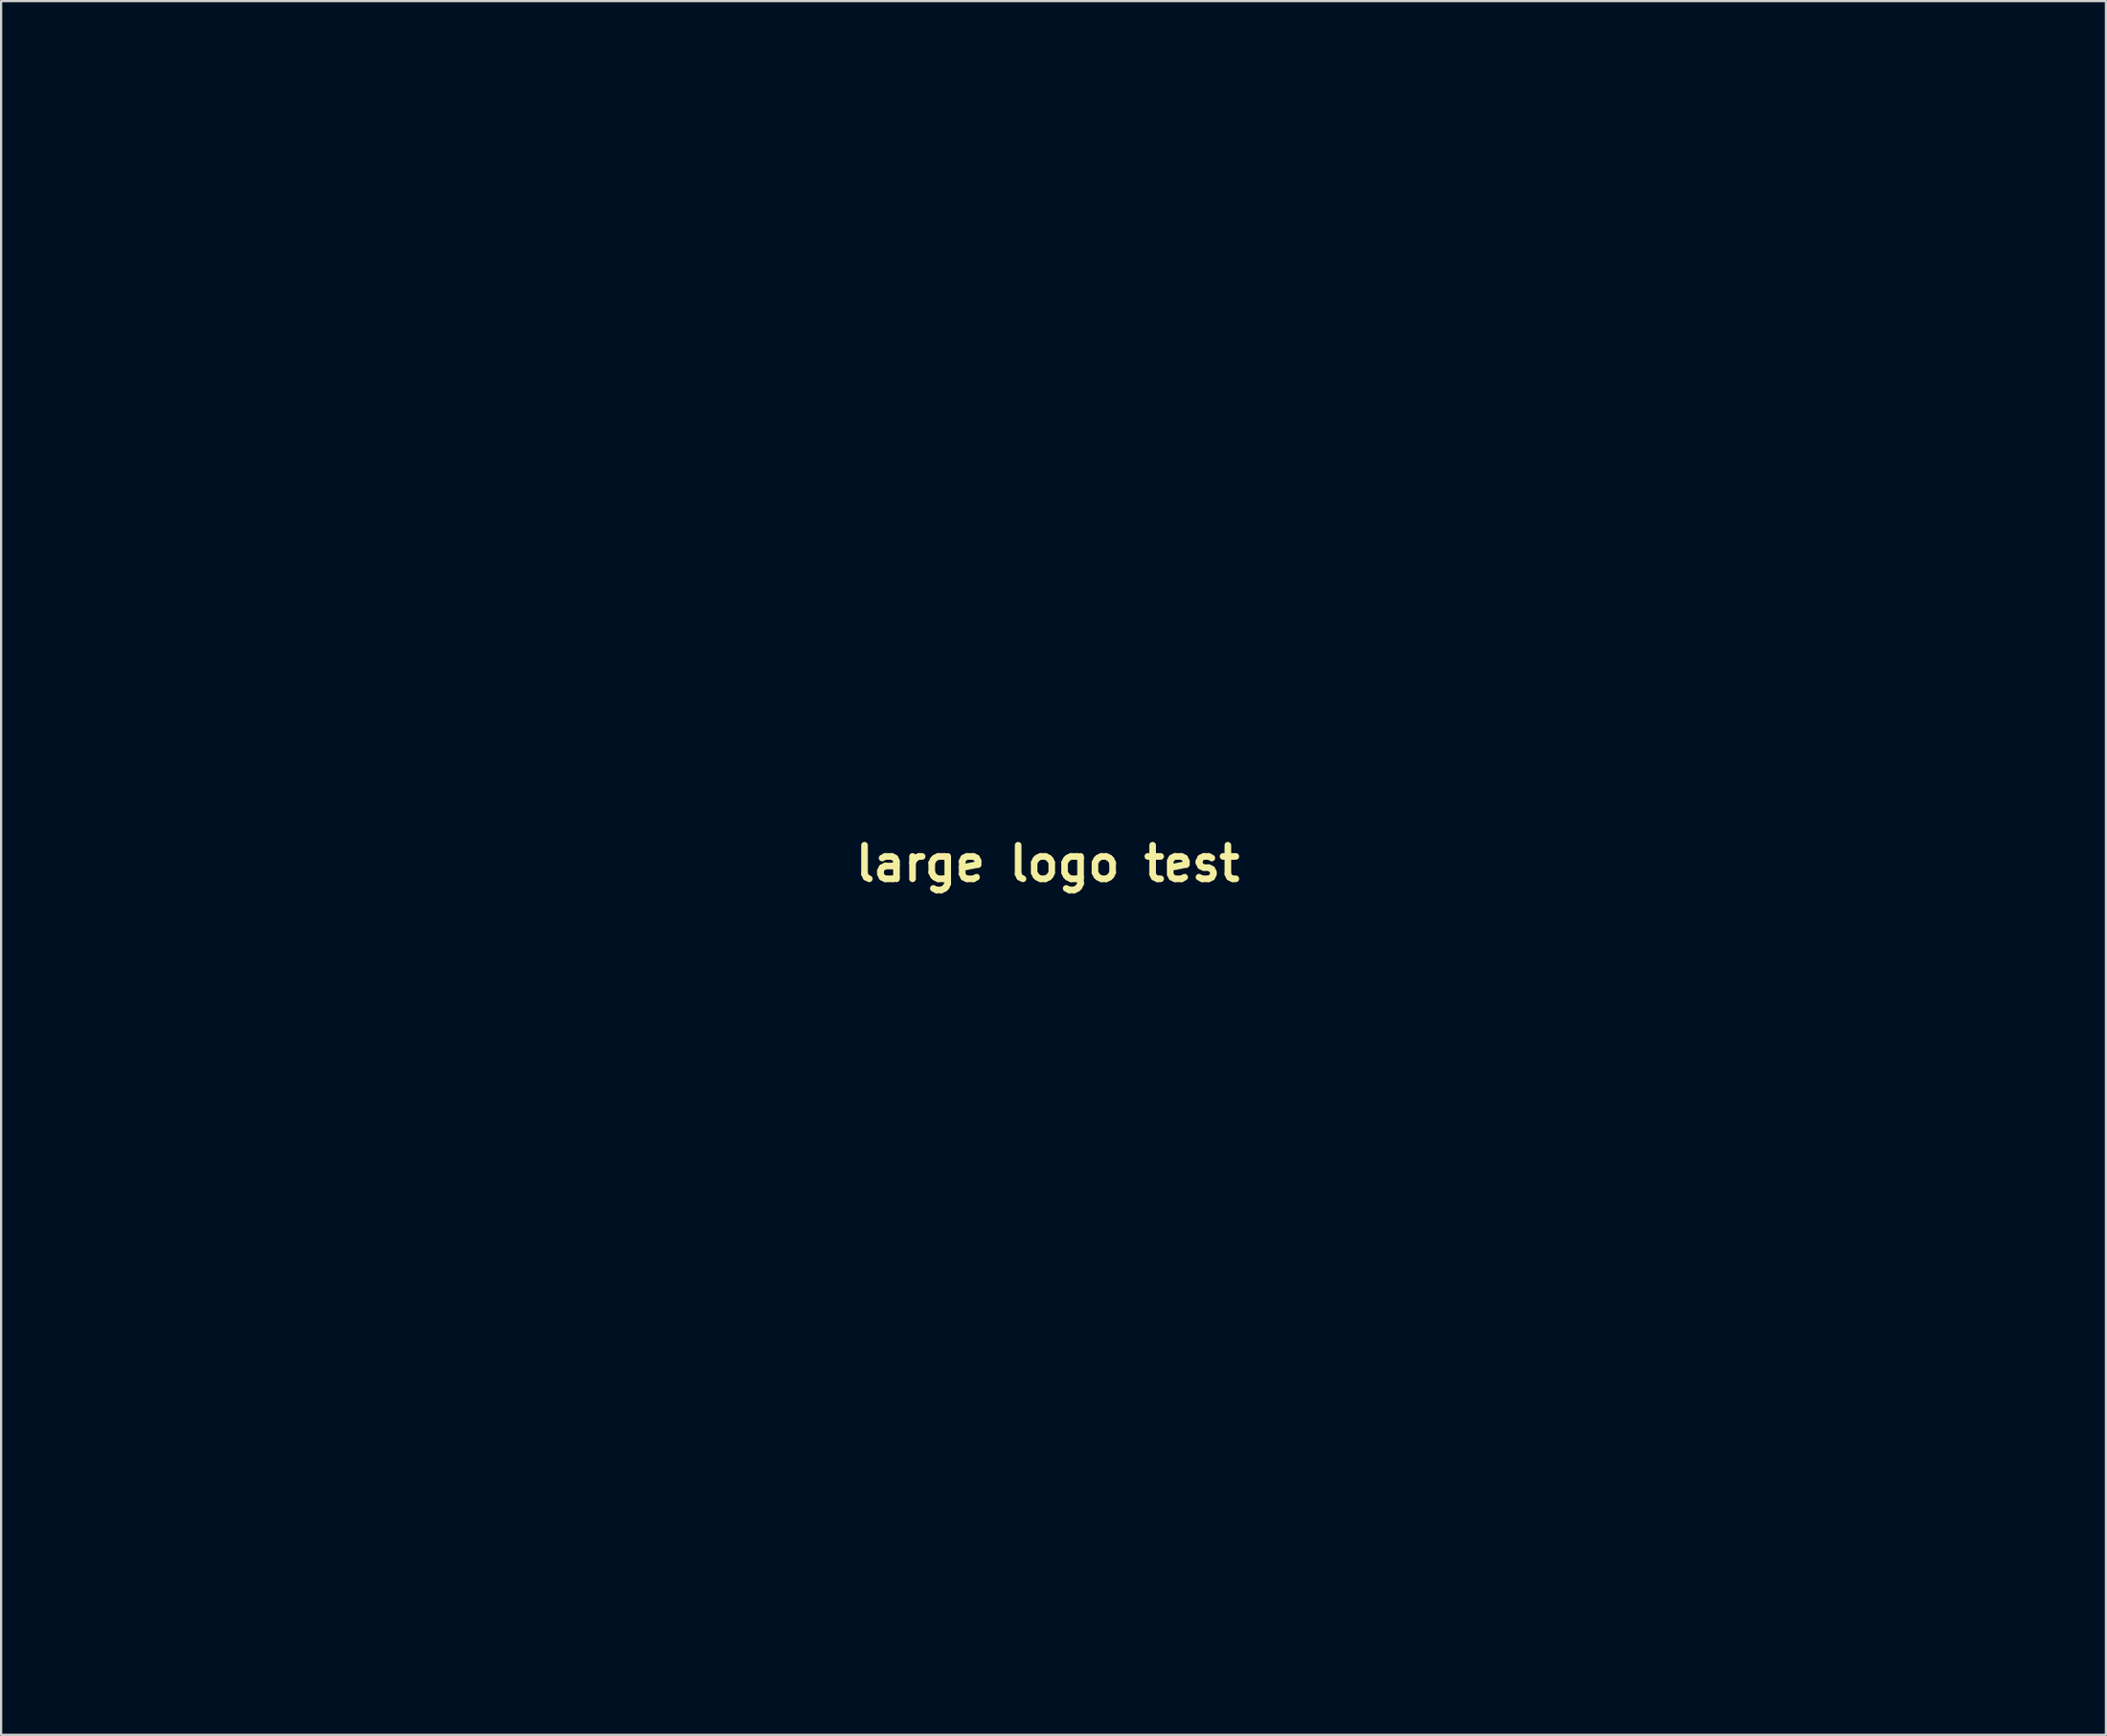
<source format=kicad_pcb>
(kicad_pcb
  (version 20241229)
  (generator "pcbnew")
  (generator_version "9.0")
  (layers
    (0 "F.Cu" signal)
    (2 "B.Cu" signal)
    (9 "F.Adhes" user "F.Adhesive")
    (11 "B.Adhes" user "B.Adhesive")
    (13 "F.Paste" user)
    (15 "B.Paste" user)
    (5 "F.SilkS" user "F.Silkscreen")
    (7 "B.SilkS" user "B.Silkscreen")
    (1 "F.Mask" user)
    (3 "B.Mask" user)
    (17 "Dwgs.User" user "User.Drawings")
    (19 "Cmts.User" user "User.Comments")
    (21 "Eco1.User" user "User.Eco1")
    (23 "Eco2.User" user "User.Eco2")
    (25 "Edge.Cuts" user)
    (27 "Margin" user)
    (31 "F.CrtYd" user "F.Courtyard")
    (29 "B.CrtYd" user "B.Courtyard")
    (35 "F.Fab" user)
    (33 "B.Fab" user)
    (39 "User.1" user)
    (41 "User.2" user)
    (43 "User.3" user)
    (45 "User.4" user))
  (footprint "large logo test"
    (layer "F.Cu")
    (at 44.455 36.121)
    (property "Reference" "large logo test" (at 0 0 0) (layer "F.SilkS") (effects (font (size 1.524 1.524) (thickness 0.3))))
    (attr through_hole)
    (fp_poly (pts (xy -20.661 24.417) (xy -20.637 24.606) (xy -21.242 25.377) (xy -21.431 25.4) (xy -22.202 24.796) (xy -22.225 24.606) (xy -21.621 23.836) (xy -21.431 23.812) (xy -20.661 24.417)) (stroke (width 0.01) (type solid)) (fill yes) (layer "F.Mask"))
    (fp_poly (pts (xy -20.958 27.697) (xy -20.674 29.492) (xy -20.637 30.559) (xy -20.682 32.904) (xy -20.881 33.936) (xy -21.328 33.929) (xy -21.696 33.602) (xy -22.093 32.493) (xy -22.222 30.66) (xy -22.107 28.73) (xy -21.773 27.324) (xy -21.431 26.988) (xy -20.958 27.697)) (stroke (width 0.01) (type solid)) (fill yes) (layer "F.Mask"))
    (fp_poly (pts (xy 33.933 24.725) (xy 35.622 24.829) (xy 35.803 24.972) (xy 34.727 25.175) (xy 33.085 25.902) (xy 32.49 27.089) (xy 33.011 28.215) (xy 34.249 28.718) (xy 36.019 29.507) (xy 36.782 30.294) (xy 37.118 31.901) (xy 36.27 33.194) (xy 34.638 33.964) (xy 32.623 34.004) (xy 30.956 33.337) (xy 30.564 32.832) (xy 31.522 32.595) (xy 32.8 32.556) (xy 34.791 32.41) (xy 35.565 31.875) (xy 35.572 31.155) (xy 34.613 29.971) (xy 33.132 29.514) (xy 31.553 29.057) (xy 30.996 27.839) (xy 30.956 26.935) (xy 31.091 25.415) (xy 31.805 24.789) (xy 33.565 24.712) (xy 33.933 24.725)) (stroke (width 0.01) (type solid)) (fill yes) (layer "F.Mask"))
    (fp_poly (pts (xy 1.786 27.136) (xy 3.458 27.44) (xy 4.247 28.248) (xy 4.559 30.055) (xy 4.598 30.559) (xy 4.658 32.599) (xy 4.231 33.538) (xy 3.018 33.853) (xy 2.482 33.896) (xy 0.482 33.661) (xy -0.796 32.938) (xy -1.034 32.313) (xy 0.146 32.313) (xy 0.546 32.825) (xy 1.727 33.127) (xy 2.814 32.291) (xy 2.993 31.899) (xy 2.602 31.15) (xy 1.654 30.956) (xy 0.226 31.34) (xy 0.146 32.313) (xy -1.034 32.313) (xy -1.344 31.496) (xy -0.503 30.488) (xy 1.237 30.163) (xy 2.826 29.717) (xy 3.175 28.879) (xy 2.73 27.971) (xy 1.196 27.974) (xy 1.191 27.976) (xy -0.284 28.013) (xy -0.794 27.621) (xy -0.106 27.19) (xy 1.57 27.117) (xy 1.786 27.136)) (stroke (width 0.01) (type solid)) (fill yes) (layer "F.Mask"))
    (fp_poly (pts (xy -7.144 30.215) (xy -7.475 33.574) (xy -8.524 35.614) (xy -10.376 36.467) (xy -11.094 36.513) (xy -12.897 36.291) (xy -13.84 35.801) (xy -13.473 35.348) (xy -11.989 35.198) (xy -11.789 35.205) (xy -9.952 35.004) (xy -8.959 34.357) (xy -8.948 34.33) (xy -9.337 33.572) (xy -11.018 33.337) (xy -13.294 32.762) (xy -14.565 31.28) (xy -14.577 29.703) (xy -13.414 29.703) (xy -13.185 31.409) (xy -12.073 32.34) (xy -10.918 32.401) (xy -9.499 31.716) (xy -9.128 30.163) (xy -9.564 28.527) (xy -10.918 27.924) (xy -12.613 28.293) (xy -13.414 29.703) (xy -14.577 29.703) (xy -14.58 29.259) (xy -14.287 28.575) (xy -13.145 27.436) (xy -11.075 27.006) (xy -10.291 26.988) (xy -7.144 26.988) (xy -7.144 30.215)) (stroke (width 0.01) (type solid)) (fill yes) (layer "F.Mask"))
    (fp_poly (pts (xy 24.267 24.786) (xy 24.21 24.942) (xy 22.651 25.297) (xy 22.632 25.302) (xy 20.694 26.184) (xy 19.972 27.306) (xy 20.072 28.398) (xy 21.227 28.398) (xy 21.238 28.395) (xy 23.357 28.426) (xy 24.837 29.462) (xy 25.393 31.078) (xy 24.741 32.85) (xy 24.448 33.179) (xy 22.597 34.076) (xy 20.574 33.536) (xy 19.57 32.68) (xy 18.599 30.859) (xy 20.014 30.859) (xy 20.16 32.081) (xy 20.678 32.568) (xy 22.07 32.78) (xy 23.528 32.229) (xy 24.391 31.247) (xy 24.394 30.704) (xy 23.447 29.849) (xy 22.358 29.512) (xy 20.849 29.814) (xy 20.014 30.859) (xy 18.599 30.859) (xy 18.361 30.412) (xy 18.385 28.065) (xy 19.461 26.072) (xy 21.409 24.867) (xy 22.877 24.7) (xy 24.267 24.786)) (stroke (width 0.01) (type solid)) (fill yes) (layer "F.Mask"))
    (fp_poly (pts (xy -30.136 24.888) (xy -28.788 25.839) (xy -28.606 26.136) (xy -28.174 27.861) (xy -28.484 29.42) (xy -29.395 30.158) (xy -29.482 30.163) (xy -29.731 30.738) (xy -29.332 31.818) (xy -28.793 33.243) (xy -28.843 33.87) (xy -29.46 33.586) (xy -30.126 32.612) (xy -31.352 31.317) (xy -32.779 30.968) (xy -33.865 31.573) (xy -34.131 32.544) (xy -34.464 33.834) (xy -34.925 34.131) (xy -35.348 33.408) (xy -35.634 31.52) (xy -35.719 29.369) (xy -35.719 27.729) (xy -34.131 27.729) (xy -33.651 29.625) (xy -32.317 30.227) (xy -30.288 29.463) (xy -30.283 29.46) (xy -29.405 28.219) (xy -29.741 26.815) (xy -31.069 25.767) (xy -31.955 25.546) (xy -33.479 25.553) (xy -34.054 26.365) (xy -34.131 27.729) (xy -35.719 27.729) (xy -35.719 24.606) (xy -32.572 24.606) (xy -30.136 24.888)) (stroke (width 0.01) (type solid)) (fill yes) (layer "F.Mask"))
    (fp_poly (pts (xy -11.372 -27.781) (xy -10.805 -23.334) (xy -10.134 -18.099) (xy -9.46 -12.86) (xy -9.081 -9.922) (xy -8.553 -5.835) (xy -8.056 -1.987) (xy -7.65 1.159) (xy -7.416 2.977) (xy -6.984 6.35) (xy 0 6.35) (xy 0 3.175) (xy 0.186 1.187) (xy 0.652 0.081) (xy 0.841 0) (xy 1.317 -0.485) (xy 1.196 -0.785) (xy 1.184 -1.962) (xy 1.786 -3.831) (xy 1.934 -4.158) (xy 2.704 -6.563) (xy 3.2 -9.562) (xy 3.276 -10.716) (xy 3.47 -13.187) (xy 3.83 -15.024) (xy 4.056 -15.531) (xy 4.579 -16.876) (xy 4.908 -18.904) (xy 5.188 -20.64) (xy 5.607 -21.427) (xy 5.638 -21.431) (xy 6.082 -20.833) (xy 6.57 -18.97) (xy 7.122 -15.738) (xy 7.76 -11.032) (xy 7.799 -10.716) (xy 8.291 -7.807) (xy 8.937 -5.299) (xy 9.409 -4.12) (xy 10.046 -2.348) (xy 10.644 0.342) (xy 10.981 2.627) (xy 11.367 5.362) (xy 11.821 6.823) (xy 12.473 7.321) (xy 12.914 7.307) (xy 14.313 7.806) (xy 15.21 9.093) (xy 16.556 10.728) (xy 18.273 11.113) (xy 19.539 10.98) (xy 20.262 10.319) (xy 20.696 8.737) (xy 20.953 6.945) (xy 21.533 2.615) (xy 22.124 -1.514) (xy 22.684 -5.178) (xy 23.172 -8.115) (xy 23.544 -10.063) (xy 23.76 -10.758) (xy 23.782 -10.716) (xy 23.935 -9.605) (xy 24.197 -7.336) (xy 24.52 -4.328) (xy 24.639 -3.175) (xy 25.2 2.061) (xy 25.718 5.923) (xy 26.28 8.619) (xy 26.976 10.357) (xy 27.891 11.346) (xy 29.115 11.792) (xy 30.734 11.905) (xy 30.996 11.906) (xy 34.017 11.906) (xy 35.108 3.175) (xy 44.214 3.175) (xy 44.673 12.491) (xy 44.836 16.147) (xy 44.939 19.164) (xy 44.972 21.225) (xy 44.93 22.009) (xy 44.075 22.101) (xy 41.807 22.192) (xy 38.303 22.281) (xy 33.736 22.367) (xy 28.283 22.449) (xy 22.116 22.525) (xy 15.412 22.595) (xy 8.345 22.658) (xy 1.09 22.712) (xy -6.178 22.755) (xy -13.285 22.788) (xy -20.055 22.809) (xy -26.314 22.816) (xy -31.887 22.809) (xy -36.599 22.785) (xy -40.276 22.745) (xy -42.742 22.688) (xy -43.822 22.61) (xy -43.855 22.597) (xy -44.204 21.484) (xy -44.419 19.38) (xy -44.45 18.116) (xy -44.222 15.293) (xy -43.435 13.507) (xy -42.862 12.913) (xy -41.561 10.84) (xy -41.275 8.952) (xy -41.063 7.187) (xy -40.547 6.359) (xy -40.481 6.35) (xy -39.916 5.662) (xy -39.688 4.059) (xy -39.305 1.645) (xy -38.502 -0.505) (xy -37.831 -2.592) (xy -37.399 -5.473) (xy -37.311 -7.342) (xy -37.183 -9.794) (xy -36.858 -11.451) (xy -36.513 -11.906) (xy -35.978 -11.211) (xy -35.722 -9.511) (xy -35.719 -9.254) (xy -35.48 -6.873) (xy -34.877 -3.94) (xy -34.537 -2.706) (xy -33.836 -0.01) (xy -33.407 2.38) (xy -33.346 3.197) (xy -32.752 5.255) (xy -31.75 6.563) (xy -30.529 8.206) (xy -30.163 9.574) (xy -29.618 11.505) (xy -28.972 12.417) (xy -28.396 12.833) (xy -28.041 12.513) (xy -27.856 11.214) (xy -27.788 8.696) (xy -27.781 6.85) (xy -27.694 3.723) (xy -27.461 1.237) (xy -27.126 -0.208) (xy -26.988 -0.397) (xy -26.416 -1.47) (xy -26.194 -3.222) (xy -25.833 -5.078) (xy -25.003 -5.556) (xy -24.057 -4.849) (xy -23.812 -3.222) (xy -23.604 -1.415) (xy -23.132 -0.467) (xy -22.681 0.497) (xy -22.24 2.533) (xy -22.001 4.322) (xy -21.611 7.379) (xy -21.086 9.177) (xy -20.218 10.045) (xy -18.802 10.308) (xy -18.209 10.319) (xy -16.83 10.229) (xy -16.141 9.688) (xy -15.902 8.287) (xy -15.875 6.327) (xy -15.794 4.048) (xy -15.573 0.619) (xy -15.244 -3.534) (xy -14.838 -7.983) (xy -14.742 -8.952) (xy -14.26 -13.915) (xy -13.777 -19.163) (xy -13.348 -24.083) (xy -13.029 -28.061) (xy -13.02 -28.178) (xy -12.432 -36.116) (xy -11.372 -27.781)) (stroke (width 0.01) (type solid)) (fill yes) (layer "F.Mask")))
  (gr_rect
    (start -3 -3)
    (end 92.432 75.638)
    (stroke (width 0.1) (type default))
    (fill no)
    (layer "Edge.Cuts")))
</source>
